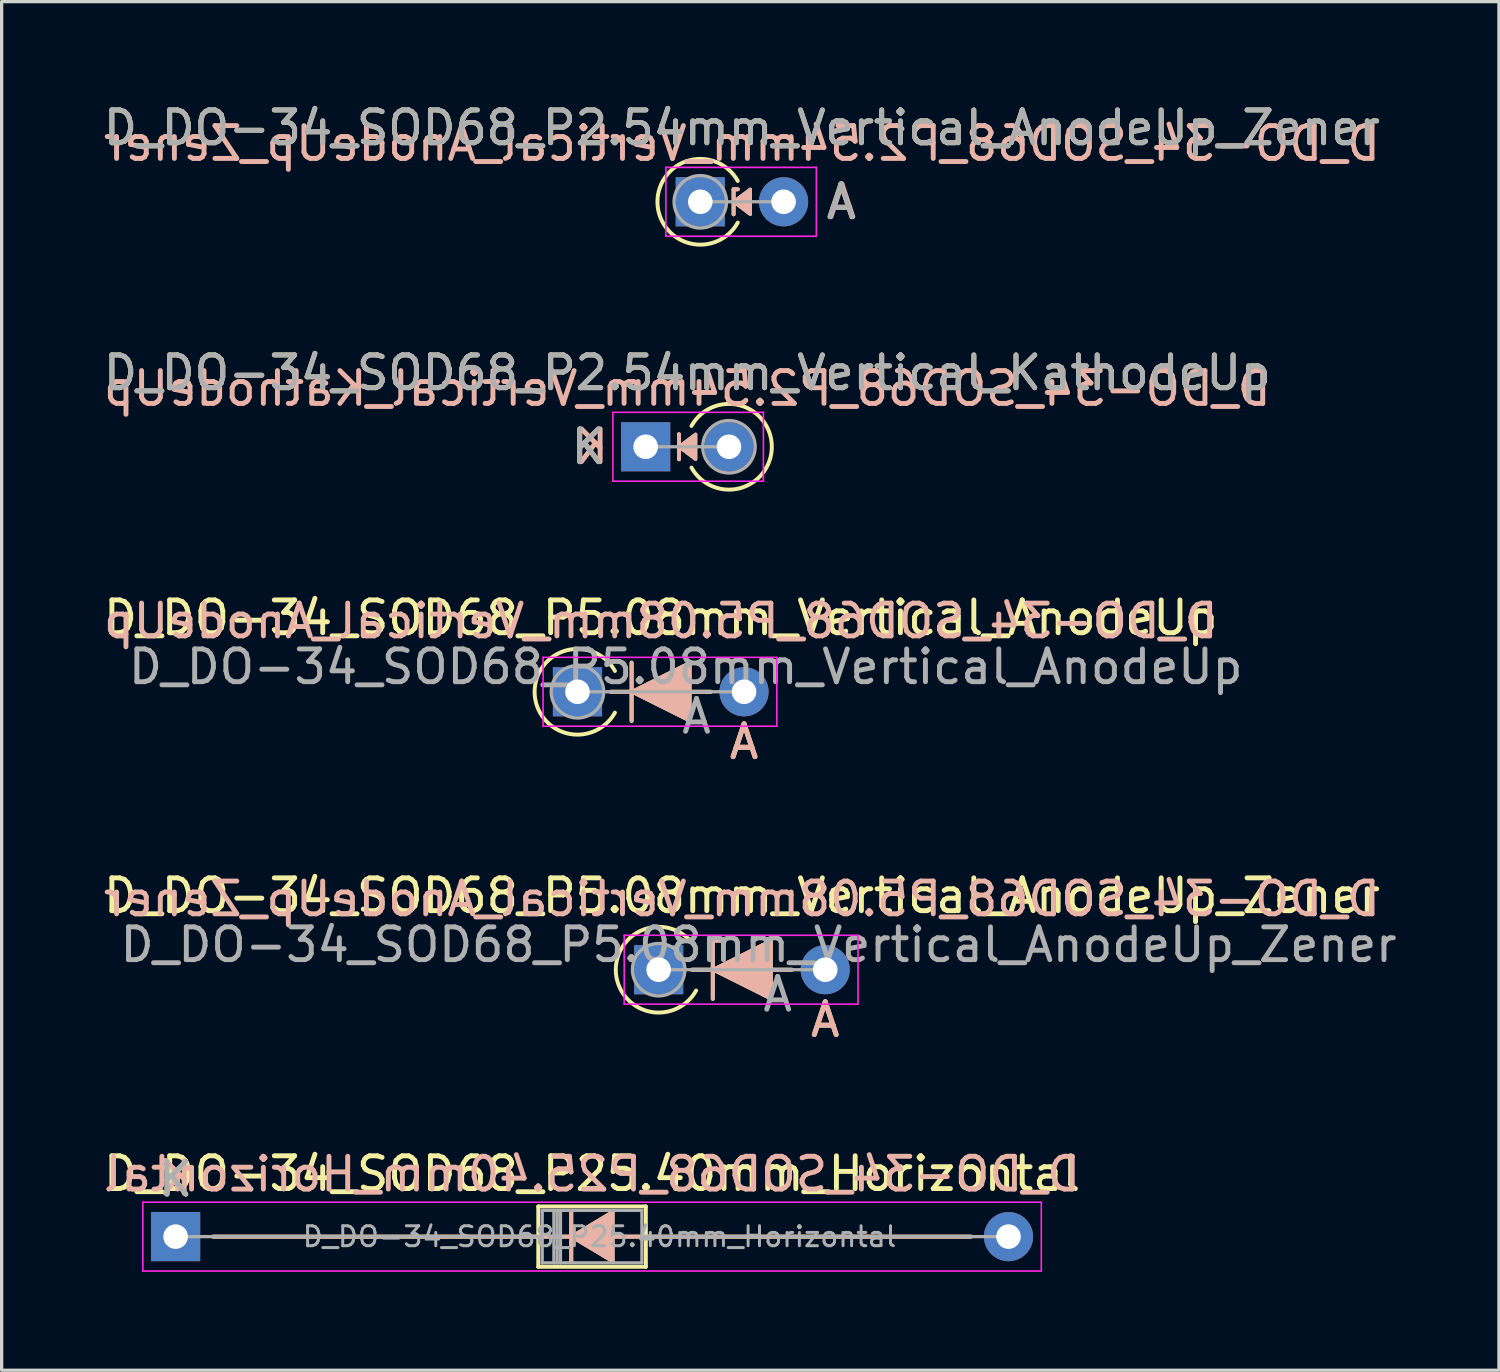
<source format=kicad_pcb>
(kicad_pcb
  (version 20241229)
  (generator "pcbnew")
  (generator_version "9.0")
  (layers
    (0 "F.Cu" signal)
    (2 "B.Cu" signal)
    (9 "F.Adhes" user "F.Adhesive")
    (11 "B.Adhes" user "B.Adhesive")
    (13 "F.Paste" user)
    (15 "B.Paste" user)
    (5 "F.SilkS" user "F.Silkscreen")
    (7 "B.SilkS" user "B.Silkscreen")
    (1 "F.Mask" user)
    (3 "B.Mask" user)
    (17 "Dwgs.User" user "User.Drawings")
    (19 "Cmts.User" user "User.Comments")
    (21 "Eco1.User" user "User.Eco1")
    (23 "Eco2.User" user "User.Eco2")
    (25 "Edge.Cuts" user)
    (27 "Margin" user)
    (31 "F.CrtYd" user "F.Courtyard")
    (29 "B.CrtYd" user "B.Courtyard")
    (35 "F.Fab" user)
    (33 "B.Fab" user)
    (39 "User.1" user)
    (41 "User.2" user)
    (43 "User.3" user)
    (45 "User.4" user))
  (footprint "D_DO-34_SOD68_P5.08mm_Vertical_AnodeUp_Zener"
    (layer "F.Cu")
    (at 17.037 26.523)
    (property "Reference" "D_DO-34_SOD68_P5.08mm_Vertical_AnodeUp_Zener" (at 2.54 -2.256 0) (layer "F.SilkS") (effects (font (size 1 1) (thickness 0.15))))
    (fp_line (start 1.651 -0.889) (end 1.905 -0.889) (stroke (width 0.12) (type solid)) (layer "F.SilkS"))
    (fp_line (start 1.651 0.889) (end 1.651 -0.889) (stroke (width 0.12) (type solid)) (layer "F.SilkS"))
    (fp_line (start 4.064 0) (end 1.016 0) (stroke (width 0.12) (type solid)) (layer "F.SilkS"))
    (fp_arc (start 1.142999 0.635) (mid -1.307544 0.000001) (end 1.142999 -0.634999) (stroke (width 0.12) (type solid)) (layer "F.SilkS"))
    (fp_poly (pts (xy 3.429 0.889) (xy 1.651 0) (xy 3.429 -0.889)) (stroke (width 0.1) (type solid)) (fill yes) (layer "F.SilkS"))
    (fp_line (start 1.651 -0.889) (end 1.651 0.889) (stroke (width 0.12) (type solid)) (layer "B.SilkS"))
    (fp_line (start 1.651 -0.889) (end 1.905 -0.889) (stroke (width 0.12) (type solid)) (layer "B.SilkS"))
    (fp_line (start 4.064 0) (end 1.016 0) (stroke (width 0.12) (type solid)) (layer "B.SilkS"))
    (fp_poly (pts (xy 3.429 -0.889) (xy 1.651 0) (xy 3.429 0.889)) (stroke (width 0.1) (type solid)) (fill yes) (layer "B.SilkS"))
    (fp_line (start -1.05 -1.05) (end -1.05 1.05) (stroke (width 0.05) (type solid)) (layer "F.CrtYd"))
    (fp_line (start -1.05 1.05) (end 6.08 1.05) (stroke (width 0.05) (type solid)) (layer "F.CrtYd"))
    (fp_line (start 6.08 -1.05) (end -1.05 -1.05) (stroke (width 0.05) (type solid)) (layer "F.CrtYd"))
    (fp_line (start 6.08 1.05) (end 6.08 -1.05) (stroke (width 0.05) (type solid)) (layer "F.CrtYd"))
    (fp_line (start 0 0) (end 5.08 0) (stroke (width 0.1) (type solid)) (layer "F.Fab"))
    (fp_circle (center 0 0) (end 0.8 0) (stroke (width 0.1) (type solid)) (fill no) (layer "F.Fab"))
    (fp_text user "A" (at 5.08 1.524 0) (layer "F.SilkS") (effects (font (size 1 1) (thickness 0.15))))
    (fp_text user "${REFERENCE}" (at 2.54 -2.159 0) (layer "B.SilkS") (effects (font (size 1 1) (thickness 0.15)) (justify mirror)))
    (fp_text user "A" (at 5.08 1.524 0) (layer "B.SilkS") (effects (font (size 1 1) (thickness 0.15)) (justify mirror)))
    (fp_text user "${REFERENCE}" (at 3.048 -0.762 0) (layer "F.Fab") (effects (font (size 1 1) (thickness 0.15))))
    (fp_text user "A" (at 3.63 0.75 0) (layer "F.Fab") (effects (font (size 1 1) (thickness 0.15))))
    (pad "1" thru_hole rect (at 0 0) (size 1.5 1.5) (drill 0.75) (layers "*.Cu" "*.Mask"))
    (pad "2" thru_hole oval (at 5.08 0) (size 1.5 1.5) (drill 0.75) (layers "*.Cu" "*.Mask")))
  (footprint "D_DO-34_SOD68_P2.54mm_Vertical_KathodeUp"
    (layer "F.Cu")
    (at 16.641 10.575)
    (property "Reference" "D_DO-34_SOD68_P2.54mm_Vertical_KathodeUp" (at 1.27 -2.256 0) (layer "F.SilkS") (effects (font (size 1 1) (thickness 0.15))))
    (fp_line (start 1.016 -0.381) (end 1.016 0.381) (stroke (width 0.12) (type solid)) (layer "F.SilkS"))
    (fp_arc (start 1.397 -0.635) (mid 3.847543 0) (end 1.397 0.634999) (stroke (width 0.12) (type solid)) (layer "F.SilkS"))
    (fp_poly (pts (xy 1.524 0.381) (xy 1.016 0) (xy 1.524 -0.381)) (stroke (width 0.1) (type solid)) (fill yes) (layer "F.SilkS"))
    (fp_line (start 1.016 0.381) (end 1.016 -0.381) (stroke (width 0.12) (type solid)) (layer "B.SilkS"))
    (fp_poly (pts (xy 1.524 -0.381) (xy 1.016 0) (xy 1.524 0.381)) (stroke (width 0.1) (type solid)) (fill yes) (layer "B.SilkS"))
    (fp_line (start -1 -1.05) (end -1 1.05) (stroke (width 0.05) (type solid)) (layer "F.CrtYd"))
    (fp_line (start -1 1.05) (end 3.59 1.05) (stroke (width 0.05) (type solid)) (layer "F.CrtYd"))
    (fp_line (start 3.59 -1.05) (end -1 -1.05) (stroke (width 0.05) (type solid)) (layer "F.CrtYd"))
    (fp_line (start 3.59 1.05) (end 3.59 -1.05) (stroke (width 0.05) (type solid)) (layer "F.CrtYd"))
    (fp_line (start 0 0) (end 2.54 0) (stroke (width 0.1) (type solid)) (layer "F.Fab"))
    (fp_circle (center 2.54 0) (end 3.34 0) (stroke (width 0.1) (type solid)) (fill no) (layer "F.Fab"))
    (fp_text user "K" (at -1.75 0 0) (layer "F.SilkS") (effects (font (size 1 1) (thickness 0.15))))
    (fp_text user "K" (at -1.651 0 0) (layer "B.SilkS") (effects (font (size 1 1) (thickness 0.15)) (justify mirror)))
    (fp_text user "${REFERENCE}" (at 1.27 -1.778 0) (layer "B.SilkS") (effects (font (size 1 1) (thickness 0.15)) (justify mirror)))
    (fp_text user "K" (at -1.75 0 0) (layer "F.Fab") (effects (font (size 1 1) (thickness 0.15))))
    (fp_text user "${REFERENCE}" (at 1.27 -2.256 0) (layer "F.Fab") (effects (font (size 1 1) (thickness 0.15))))
    (pad "1" thru_hole rect (at 0 0) (size 1.5 1.5) (drill 0.75) (layers "*.Cu" "*.Mask"))
    (pad "2" thru_hole oval (at 2.54 0) (size 1.5 1.5) (drill 0.75) (layers "*.Cu" "*.Mask")))
  (footprint "D_DO-34_SOD68_P5.08mm_Vertical_AnodeUp"
    (layer "F.Cu")
    (at 14.561 18.047)
    (property "Reference" "D_DO-34_SOD68_P5.08mm_Vertical_AnodeUp" (at 2.54 -2.256 0) (layer "F.SilkS") (effects (font (size 1 1) (thickness 0.15))))
    (fp_line (start 1.651 0.889) (end 1.651 -0.889) (stroke (width 0.12) (type solid)) (layer "F.SilkS"))
    (fp_line (start 4.064 0) (end 1.016 0) (stroke (width 0.12) (type solid)) (layer "F.SilkS"))
    (fp_arc (start 1.142999 0.635) (mid -1.307544 0.000001) (end 1.142999 -0.634999) (stroke (width 0.12) (type solid)) (layer "F.SilkS"))
    (fp_poly (pts (xy 3.429 0.889) (xy 1.651 0) (xy 3.429 -0.889)) (stroke (width 0.1) (type solid)) (fill yes) (layer "F.SilkS"))
    (fp_line (start 1.651 -0.889) (end 1.651 0.889) (stroke (width 0.12) (type solid)) (layer "B.SilkS"))
    (fp_line (start 4.064 0) (end 1.016 0) (stroke (width 0.12) (type solid)) (layer "B.SilkS"))
    (fp_poly (pts (xy 3.429 -0.889) (xy 1.651 0) (xy 3.429 0.889)) (stroke (width 0.1) (type solid)) (fill yes) (layer "B.SilkS"))
    (fp_line (start -1.05 -1.05) (end -1.05 1.05) (stroke (width 0.05) (type solid)) (layer "F.CrtYd"))
    (fp_line (start -1.05 1.05) (end 6.08 1.05) (stroke (width 0.05) (type solid)) (layer "F.CrtYd"))
    (fp_line (start 6.08 -1.05) (end -1.05 -1.05) (stroke (width 0.05) (type solid)) (layer "F.CrtYd"))
    (fp_line (start 6.08 1.05) (end 6.08 -1.05) (stroke (width 0.05) (type solid)) (layer "F.CrtYd"))
    (fp_line (start 0 0) (end 5.08 0) (stroke (width 0.1) (type solid)) (layer "F.Fab"))
    (fp_circle (center 0 0) (end 0.8 0) (stroke (width 0.1) (type solid)) (fill no) (layer "F.Fab"))
    (fp_text user "A" (at 5.08 1.524 0) (layer "F.SilkS") (effects (font (size 1 1) (thickness 0.15))))
    (fp_text user "${REFERENCE}" (at 2.54 -2.159 0) (layer "B.SilkS") (effects (font (size 1 1) (thickness 0.15)) (justify mirror)))
    (fp_text user "A" (at 5.08 1.524 0) (layer "B.SilkS") (effects (font (size 1 1) (thickness 0.15)) (justify mirror)))
    (fp_text user "A" (at 3.63 0.75 0) (layer "F.Fab") (effects (font (size 1 1) (thickness 0.15))))
    (fp_text user "${REFERENCE}" (at 3.302 -0.762 0) (layer "F.Fab") (effects (font (size 1 1) (thickness 0.15))))
    (pad "1" thru_hole rect (at 0 0) (size 1.5 1.5) (drill 0.75) (layers "*.Cu" "*.Mask"))
    (pad "2" thru_hole oval (at 5.08 0) (size 1.5 1.5) (drill 0.75) (layers "*.Cu" "*.Mask")))
  (footprint "D_DO-34_SOD68_P2.54mm_Vertical_AnodeUp_Zener"
    (layer "F.Cu")
    (at 18.307 3.104)
    (property "Reference" "D_DO-34_SOD68_P2.54mm_Vertical_AnodeUp_Zener" (at 1.27 -2.256 0) (layer "F.SilkS") (effects (font (size 1 1) (thickness 0.15))))
    (fp_line (start 1.016 -0.381) (end 1.016 0.381) (stroke (width 0.12) (type solid)) (layer "F.SilkS"))
    (fp_line (start 1.016 -0.381) (end 1.143 -0.381) (stroke (width 0.12) (type solid)) (layer "F.SilkS"))
    (fp_arc (start 1.142999 0.635) (mid -1.307544 0.000001) (end 1.142999 -0.634999) (stroke (width 0.12) (type solid)) (layer "F.SilkS"))
    (fp_poly (pts (xy 1.524 0.381) (xy 1.016 0) (xy 1.524 -0.381)) (stroke (width 0.1) (type solid)) (fill yes) (layer "F.SilkS"))
    (fp_line (start 1.016 -0.381) (end 1.143 -0.381) (stroke (width 0.12) (type solid)) (layer "B.SilkS"))
    (fp_line (start 1.016 0.381) (end 1.016 -0.381) (stroke (width 0.12) (type solid)) (layer "B.SilkS"))
    (fp_poly (pts (xy 1.524 -0.381) (xy 1.016 0) (xy 1.524 0.381)) (stroke (width 0.1) (type solid)) (fill yes) (layer "B.SilkS"))
    (fp_line (start -1.05 -1.05) (end -1.05 1.05) (stroke (width 0.05) (type solid)) (layer "F.CrtYd"))
    (fp_line (start -1.05 1.05) (end 3.54 1.05) (stroke (width 0.05) (type solid)) (layer "F.CrtYd"))
    (fp_line (start 3.54 -1.05) (end -1.05 -1.05) (stroke (width 0.05) (type solid)) (layer "F.CrtYd"))
    (fp_line (start 3.54 1.05) (end 3.54 -1.05) (stroke (width 0.05) (type solid)) (layer "F.CrtYd"))
    (fp_line (start 0 0) (end 2.54 0) (stroke (width 0.1) (type solid)) (layer "F.Fab"))
    (fp_circle (center 0 0) (end 0.8 0) (stroke (width 0.1) (type solid)) (fill no) (layer "F.Fab"))
    (fp_text user "A" (at 4.29 0 0) (layer "F.SilkS") (effects (font (size 1 1) (thickness 0.15))))
    (fp_text user "${REFERENCE}" (at 1.27 -1.778 0) (layer "B.SilkS") (effects (font (size 1 1) (thickness 0.15)) (justify mirror)))
    (fp_text user "A" (at 4.318 0 0) (layer "B.SilkS") (effects (font (size 1 1) (thickness 0.15)) (justify mirror)))
    (fp_text user "A" (at 4.29 0 0) (layer "F.Fab") (effects (font (size 1 1) (thickness 0.15))))
    (fp_text user "${REFERENCE}" (at 1.27 -2.256 0) (layer "F.Fab") (effects (font (size 1 1) (thickness 0.15))))
    (pad "1" thru_hole rect (at 0 0) (size 1.5 1.5) (drill 0.75) (layers "*.Cu" "*.Mask"))
    (pad "2" thru_hole oval (at 2.54 0) (size 1.5 1.5) (drill 0.75) (layers "*.Cu" "*.Mask")))
  (footprint "D_DO-34_SOD68_P25.40mm_Horizontal"
    (layer "F.Cu")
    (at 2.306 34.663)
    (property "Reference" "D_DO-34_SOD68_P25.40mm_Horizontal" (at 12.7 -1.92 0) (layer "F.SilkS") (effects (font (size 1 1) (thickness 0.15))))
    (fp_line (start 1.143 0) (end 11.06 0) (stroke (width 0.12) (type solid)) (layer "F.SilkS"))
    (fp_line (start 11.06 -0.92) (end 11.06 0.92) (stroke (width 0.12) (type solid)) (layer "F.SilkS"))
    (fp_line (start 11.06 0.92) (end 14.34 0.92) (stroke (width 0.12) (type solid)) (layer "F.SilkS"))
    (fp_line (start 12.065 -0.762) (end 12.065 0.762) (stroke (width 0.12) (type solid)) (layer "F.SilkS"))
    (fp_line (start 12.15 0) (end 11.049 0) (stroke (width 0.12) (type solid)) (layer "F.SilkS"))
    (fp_line (start 13.335 0) (end 14.351 0) (stroke (width 0.12) (type solid)) (layer "F.SilkS"))
    (fp_line (start 14.34 -0.92) (end 11.06 -0.92) (stroke (width 0.12) (type solid)) (layer "F.SilkS"))
    (fp_line (start 14.34 0.92) (end 14.34 -0.92) (stroke (width 0.12) (type solid)) (layer "F.SilkS"))
    (fp_line (start 24.257 0) (end 14.34 0) (stroke (width 0.12) (type solid)) (layer "F.SilkS"))
    (fp_poly (pts (xy 13.335 0.762) (xy 12.065 0) (xy 13.335 -0.762)) (stroke (width 0.1) (type solid)) (fill yes) (layer "F.SilkS"))
    (fp_line (start 1.143 0) (end 11.06 0) (stroke (width 0.12) (type solid)) (layer "B.SilkS"))
    (fp_line (start 12.065 0.762) (end 12.065 -0.762) (stroke (width 0.12) (type solid)) (layer "B.SilkS"))
    (fp_line (start 12.15 0) (end 11.049 0) (stroke (width 0.12) (type solid)) (layer "B.SilkS"))
    (fp_line (start 13.335 0) (end 14.351 0) (stroke (width 0.12) (type solid)) (layer "B.SilkS"))
    (fp_line (start 24.257 0) (end 14.34 0) (stroke (width 0.12) (type solid)) (layer "B.SilkS"))
    (fp_poly (pts (xy 13.335 -0.762) (xy 12.065 0) (xy 13.335 0.762)) (stroke (width 0.1) (type solid)) (fill yes) (layer "B.SilkS"))
    (fp_line (start -1 -1.05) (end -1 1.05) (stroke (width 0.05) (type solid)) (layer "F.CrtYd"))
    (fp_line (start -1 1.05) (end 26.4 1.05) (stroke (width 0.05) (type solid)) (layer "F.CrtYd"))
    (fp_line (start 26.4 -1.05) (end -1 -1.05) (stroke (width 0.05) (type solid)) (layer "F.CrtYd"))
    (fp_line (start 26.4 1.05) (end 26.4 -1.05) (stroke (width 0.05) (type solid)) (layer "F.CrtYd"))
    (fp_line (start 0 0) (end 11.18 0) (stroke (width 0.1) (type solid)) (layer "F.Fab"))
    (fp_line (start 11.18 -0.8) (end 11.18 0.8) (stroke (width 0.1) (type solid)) (layer "F.Fab"))
    (fp_line (start 11.18 0.8) (end 14.22 0.8) (stroke (width 0.1) (type solid)) (layer "F.Fab"))
    (fp_line (start 11.536 -0.8) (end 11.536 0.8) (stroke (width 0.1) (type solid)) (layer "F.Fab"))
    (fp_line (start 11.636 -0.8) (end 11.636 0.8) (stroke (width 0.1) (type solid)) (layer "F.Fab"))
    (fp_line (start 11.736 -0.8) (end 11.736 0.8) (stroke (width 0.1) (type solid)) (layer "F.Fab"))
    (fp_line (start 14.22 -0.8) (end 11.18 -0.8) (stroke (width 0.1) (type solid)) (layer "F.Fab"))
    (fp_line (start 14.22 0.8) (end 14.22 -0.8) (stroke (width 0.1) (type solid)) (layer "F.Fab"))
    (fp_line (start 25.4 0) (end 14.22 0) (stroke (width 0.1) (type solid)) (layer "F.Fab"))
    (fp_text user "K" (at 0 -1.75 0) (layer "F.SilkS") (effects (font (size 1 1) (thickness 0.15))))
    (fp_text user "K" (at 0 -1.778 0) (layer "B.SilkS") (effects (font (size 1 1) (thickness 0.15)) (justify mirror)))
    (fp_text user "${REFERENCE}" (at 12.7 -1.905 0) (layer "B.SilkS") (effects (font (size 1 1) (thickness 0.15)) (justify mirror)))
    (fp_text user "K" (at 0 -1.75 0) (layer "F.Fab") (effects (font (size 1 1) (thickness 0.15))))
    (fp_text user "${REFERENCE}" (at 12.928 0 0) (layer "F.Fab") (effects (font (size 0.608 0.608) (thickness 0.091))))
    (pad "1" thru_hole rect (at 0 0) (size 1.5 1.5) (drill 0.75) (layers "*.Cu" "*.Mask"))
    (pad "2" thru_hole oval (at 25.4 0) (size 1.5 1.5) (drill 0.75) (layers "*.Cu" "*.Mask")))
  (gr_rect
    (start -3 -3)
    (end 42.663 38.738)
    (stroke (width 0.1) (type default))
    (fill no)
    (layer "Edge.Cuts")))
</source>
